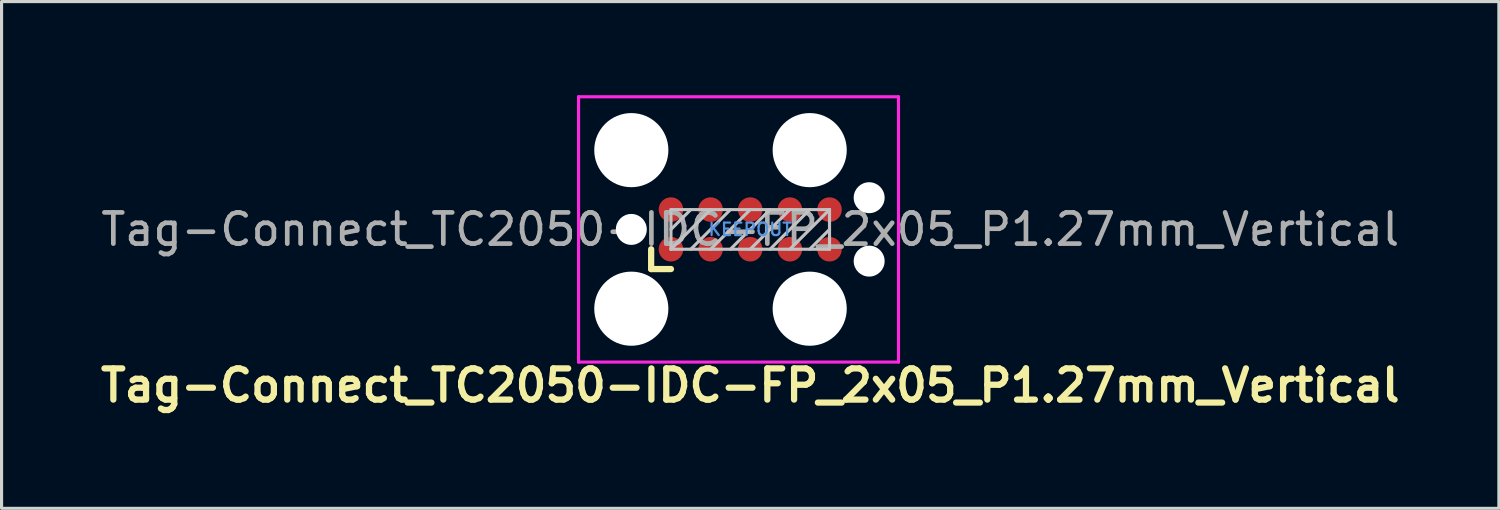
<source format=kicad_pcb>
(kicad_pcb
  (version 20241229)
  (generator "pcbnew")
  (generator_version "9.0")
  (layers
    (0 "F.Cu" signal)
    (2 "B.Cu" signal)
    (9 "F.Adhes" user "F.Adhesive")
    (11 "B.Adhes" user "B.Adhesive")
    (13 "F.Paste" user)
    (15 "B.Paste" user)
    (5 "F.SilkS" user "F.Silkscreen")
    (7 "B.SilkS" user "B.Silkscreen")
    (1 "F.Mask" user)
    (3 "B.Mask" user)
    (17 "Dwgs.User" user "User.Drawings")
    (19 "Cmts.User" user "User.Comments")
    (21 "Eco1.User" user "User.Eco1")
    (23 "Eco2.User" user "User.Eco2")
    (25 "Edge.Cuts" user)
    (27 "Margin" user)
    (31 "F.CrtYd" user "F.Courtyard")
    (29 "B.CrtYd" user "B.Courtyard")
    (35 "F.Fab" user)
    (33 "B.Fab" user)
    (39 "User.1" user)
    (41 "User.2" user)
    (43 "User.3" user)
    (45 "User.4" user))
  (footprint "Tag-Connect_TC2050-IDC-FP_2x05_P1.27mm_Vertical"
    (layer "F.Cu")
    (at 20.986 4.3)
    (property "Reference" "Tag-Connect_TC2050-IDC-FP_2x05_P1.27mm_Vertical" (at 0 5 0) (layer "F.SilkS") (effects (font (size 1 1) (thickness 0.2))))
    (attr exclude_from_pos_files exclude_from_bom)
    (fp_line (start -3.175 1.27) (end -3.175 0.635) (stroke (width 0.2) (type solid)) (layer "F.SilkS"))
    (fp_line (start -2.54 1.27) (end -3.175 1.27) (stroke (width 0.2) (type solid)) (layer "F.SilkS"))
    (fp_line (start -2.54 -0.635) (end 2.54 -0.635) (stroke (width 0.1) (type solid)) (layer "Dwgs.User"))
    (fp_line (start -2.54 0) (end -1.905 -0.635) (stroke (width 0.1) (type solid)) (layer "Dwgs.User"))
    (fp_line (start -2.54 0.635) (end -2.54 -0.635) (stroke (width 0.1) (type solid)) (layer "Dwgs.User"))
    (fp_line (start -2.54 0.635) (end -1.27 -0.635) (stroke (width 0.1) (type solid)) (layer "Dwgs.User"))
    (fp_line (start -1.905 0.635) (end -0.635 -0.635) (stroke (width 0.1) (type solid)) (layer "Dwgs.User"))
    (fp_line (start -1.27 0.635) (end 0 -0.635) (stroke (width 0.1) (type solid)) (layer "Dwgs.User"))
    (fp_line (start -0.635 0.635) (end 0.635 -0.635) (stroke (width 0.1) (type solid)) (layer "Dwgs.User"))
    (fp_line (start 0 0.635) (end 1.27 -0.635) (stroke (width 0.1) (type solid)) (layer "Dwgs.User"))
    (fp_line (start 0.635 0.635) (end 1.905 -0.635) (stroke (width 0.1) (type solid)) (layer "Dwgs.User"))
    (fp_line (start 1.27 0.635) (end 2.54 -0.635) (stroke (width 0.1) (type solid)) (layer "Dwgs.User"))
    (fp_line (start 1.905 0.635) (end 2.54 0) (stroke (width 0.1) (type solid)) (layer "Dwgs.User"))
    (fp_line (start 2.54 -0.635) (end 2.54 0.635) (stroke (width 0.1) (type solid)) (layer "Dwgs.User"))
    (fp_line (start 2.54 0.635) (end -2.54 0.635) (stroke (width 0.1) (type solid)) (layer "Dwgs.User"))
    (fp_line (start -5.5 -4.25) (end 4.75 -4.25) (stroke (width 0.1) (type solid)) (layer "F.CrtYd"))
    (fp_line (start -5.5 4.25) (end -5.5 -4.25) (stroke (width 0.1) (type solid)) (layer "F.CrtYd"))
    (fp_line (start 4.75 -4.25) (end 4.75 4.25) (stroke (width 0.1) (type solid)) (layer "F.CrtYd"))
    (fp_line (start 4.75 4.25) (end -5.5 4.25) (stroke (width 0.1) (type solid)) (layer "F.CrtYd"))
    (fp_text user "KEEPOUT" (at 0 0 0) (layer "Cmts.User") (effects (font (size 0.4 0.4) (thickness 0.07))))
    (fp_text user "${REFERENCE}" (at 0 0 0) (layer "F.Fab") (effects (font (size 1 1) (thickness 0.15))))
    (pad "" np_thru_hole circle (at -3.81 -2.54) (size 2.375 2.375) (drill 2.375) (layers "*.Cu" "*.Mask"))
    (pad "" np_thru_hole circle (at -3.81 0) (size 0.991 0.991) (drill 0.991) (layers "*.Cu" "*.Mask"))
    (pad "" np_thru_hole circle (at -3.81 2.54) (size 2.375 2.375) (drill 2.375) (layers "*.Cu" "*.Mask"))
    (pad "" np_thru_hole circle (at 1.905 -2.54) (size 2.375 2.375) (drill 2.375) (layers "*.Cu" "*.Mask"))
    (pad "" np_thru_hole circle (at 1.905 2.54) (size 2.375 2.375) (drill 2.375) (layers "*.Cu" "*.Mask"))
    (pad "" np_thru_hole circle (at 3.81 -1.016) (size 0.991 0.991) (drill 0.991) (layers "*.Cu" "*.Mask"))
    (pad "" np_thru_hole circle (at 3.81 1.016) (size 0.991 0.991) (drill 0.991) (layers "*.Cu" "*.Mask"))
    (pad "1" connect circle (at -2.54 0.635) (size 0.787 0.787) (layers "F.Cu" "F.Mask"))
    (pad "2" connect circle (at -1.27 0.635) (size 0.787 0.787) (layers "F.Cu" "F.Mask"))
    (pad "3" connect circle (at 0 0.635) (size 0.787 0.787) (layers "F.Cu" "F.Mask"))
    (pad "4" connect circle (at 1.27 0.635) (size 0.787 0.787) (layers "F.Cu" "F.Mask"))
    (pad "5" connect circle (at 2.54 0.635) (size 0.787 0.787) (layers "F.Cu" "F.Mask"))
    (pad "6" connect circle (at 2.54 -0.635) (size 0.787 0.787) (layers "F.Cu" "F.Mask"))
    (pad "7" connect circle (at 1.27 -0.635) (size 0.787 0.787) (layers "F.Cu" "F.Mask"))
    (pad "8" connect circle (at 0 -0.635) (size 0.787 0.787) (layers "F.Cu" "F.Mask"))
    (pad "9" connect circle (at -1.27 -0.635) (size 0.787 0.787) (layers "F.Cu" "F.Mask"))
    (pad "10" connect circle (at -2.54 -0.635) (size 0.787 0.787) (layers "F.Cu" "F.Mask")))
  (gr_rect
    (start -3 -3)
    (end 44.971 13.236)
    (stroke (width 0.1) (type default))
    (fill no)
    (layer "Edge.Cuts")))
</source>
